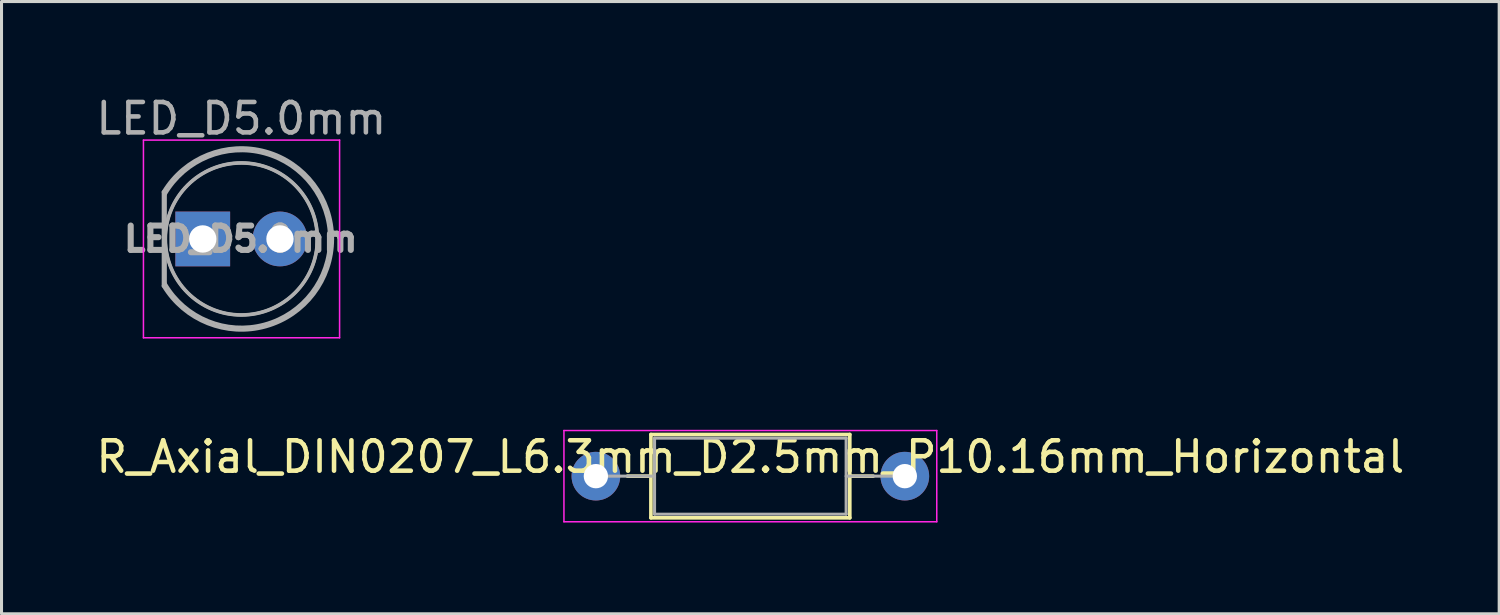
<source format=kicad_pcb>
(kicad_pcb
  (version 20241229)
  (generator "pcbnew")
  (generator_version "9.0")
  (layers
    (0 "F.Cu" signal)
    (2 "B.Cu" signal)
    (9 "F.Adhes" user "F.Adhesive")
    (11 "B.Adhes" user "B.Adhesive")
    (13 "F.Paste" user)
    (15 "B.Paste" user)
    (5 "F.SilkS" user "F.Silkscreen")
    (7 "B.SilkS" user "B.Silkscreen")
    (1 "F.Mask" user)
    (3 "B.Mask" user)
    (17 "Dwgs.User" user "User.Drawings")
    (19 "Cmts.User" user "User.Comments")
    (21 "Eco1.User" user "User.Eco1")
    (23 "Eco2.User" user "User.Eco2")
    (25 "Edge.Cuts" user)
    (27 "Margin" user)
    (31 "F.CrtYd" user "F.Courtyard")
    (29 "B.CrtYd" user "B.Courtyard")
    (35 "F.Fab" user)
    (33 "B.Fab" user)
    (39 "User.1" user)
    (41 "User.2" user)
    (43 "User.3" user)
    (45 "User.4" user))
  (footprint "R_Axial_DIN0207_L6.3mm_D2.5mm_P10.16mm_Horizontal"
    (layer "F.Cu")
    (at 16.545 12.608)
    (property "Reference" "R_Axial_DIN0207_L6.3mm_D2.5mm_P10.16mm_Horizontal" (at 5.08 -0.635 0) (layer "F.SilkS") (effects (font (size 1 1) (thickness 0.15))))
    (attr through_hole)
    (fp_line (start 1.04 0) (end 1.81 0) (stroke (width 0.12) (type solid)) (layer "F.SilkS"))
    (fp_line (start 1.81 -1.37) (end 1.81 1.37) (stroke (width 0.12) (type solid)) (layer "F.SilkS"))
    (fp_line (start 1.81 1.37) (end 8.35 1.37) (stroke (width 0.12) (type solid)) (layer "F.SilkS"))
    (fp_line (start 8.35 -1.37) (end 1.81 -1.37) (stroke (width 0.12) (type solid)) (layer "F.SilkS"))
    (fp_line (start 8.35 1.37) (end 8.35 -1.37) (stroke (width 0.12) (type solid)) (layer "F.SilkS"))
    (fp_line (start 9.12 0) (end 8.35 0) (stroke (width 0.12) (type solid)) (layer "F.SilkS"))
    (fp_line (start -1.05 -1.5) (end -1.05 1.5) (stroke (width 0.05) (type solid)) (layer "F.CrtYd"))
    (fp_line (start -1.05 1.5) (end 11.21 1.5) (stroke (width 0.05) (type solid)) (layer "F.CrtYd"))
    (fp_line (start 11.21 -1.5) (end -1.05 -1.5) (stroke (width 0.05) (type solid)) (layer "F.CrtYd"))
    (fp_line (start 11.21 1.5) (end 11.21 -1.5) (stroke (width 0.05) (type solid)) (layer "F.CrtYd"))
    (fp_line (start 0 0) (end 1.93 0) (stroke (width 0.1) (type solid)) (layer "F.Fab"))
    (fp_line (start 1.93 -1.25) (end 1.93 1.25) (stroke (width 0.1) (type solid)) (layer "F.Fab"))
    (fp_line (start 1.93 1.25) (end 8.23 1.25) (stroke (width 0.1) (type solid)) (layer "F.Fab"))
    (fp_line (start 8.23 -1.25) (end 1.93 -1.25) (stroke (width 0.1) (type solid)) (layer "F.Fab"))
    (fp_line (start 8.23 1.25) (end 8.23 -1.25) (stroke (width 0.1) (type solid)) (layer "F.Fab"))
    (fp_line (start 10.16 0) (end 8.23 0) (stroke (width 0.1) (type solid)) (layer "F.Fab"))
    (pad "1" thru_hole circle (at 0 0) (size 1.6 1.6) (drill 0.8) (layers "*.Cu" "*.Mask"))
    (pad "2" thru_hole oval (at 10.16 0) (size 1.6 1.6) (drill 0.8) (layers "*.Cu" "*.Mask")))
  (footprint "LED_D5.0mm"
    (layer "F.Cu")
    (at 3.617 4.808)
    (property "Reference" "LED_D5.0mm" (at 1.27 -3.96 0) (layer "F.Fab") (effects (font (size 1 1) (thickness 0.15))))
    (attr through_hole)
    (fp_line (start -1.95 -3.25) (end -1.95 3.25) (stroke (width 0.05) (type solid)) (layer "F.CrtYd"))
    (fp_line (start -1.95 3.25) (end 4.5 3.25) (stroke (width 0.05) (type solid)) (layer "F.CrtYd"))
    (fp_line (start 4.5 -3.25) (end -1.95 -3.25) (stroke (width 0.05) (type solid)) (layer "F.CrtYd"))
    (fp_line (start 4.5 3.25) (end 4.5 -3.25) (stroke (width 0.05) (type solid)) (layer "F.CrtYd"))
    (fp_line (start -1.29 -1.545) (end -1.29 1.545) (stroke (width 0.12) (type solid)) (layer "F.Fab"))
    (fp_line (start -1.23 -1.47) (end -1.23 1.47) (stroke (width 0.1) (type solid)) (layer "F.Fab"))
    (fp_arc (start -1.29 -1.54483) (mid 2.072002 -2.880433) (end 4.26 0.000462) (stroke (width 0.12) (type solid)) (layer "F.Fab"))
    (fp_arc (start -1.23 -1.469694) (mid 4.17 0.000016) (end -1.230016 1.469666) (stroke (width 0.1) (type solid)) (layer "F.Fab"))
    (fp_arc (start 4.26 -0.000462) (mid 2.072002 2.880433) (end -1.29 1.54483) (stroke (width 0.12) (type solid)) (layer "F.Fab"))
    (fp_circle (center 1.27 0) (end 3.77 0) (stroke (width 0.1) (type solid)) (fill no) (layer "F.Fab"))
    (fp_circle (center 1.27 0) (end 3.77 0) (stroke (width 0.12) (type solid)) (fill no) (layer "F.Fab"))
    (fp_text user "${REFERENCE}" (at 1.25 0 0) (layer "F.Fab") (effects (font (size 0.8 0.8) (thickness 0.2))))
    (pad "1" thru_hole rect (at 0 0) (size 1.8 1.8) (drill 0.9) (layers "*.Cu" "*.Mask"))
    (pad "2" thru_hole circle (at 2.54 0) (size 1.8 1.8) (drill 0.9) (layers "*.Cu" "*.Mask")))
  (gr_rect
    (start -3 -3)
    (end 46.25 17.133)
    (stroke (width 0.1) (type default))
    (fill no)
    (layer "Edge.Cuts")))
</source>
